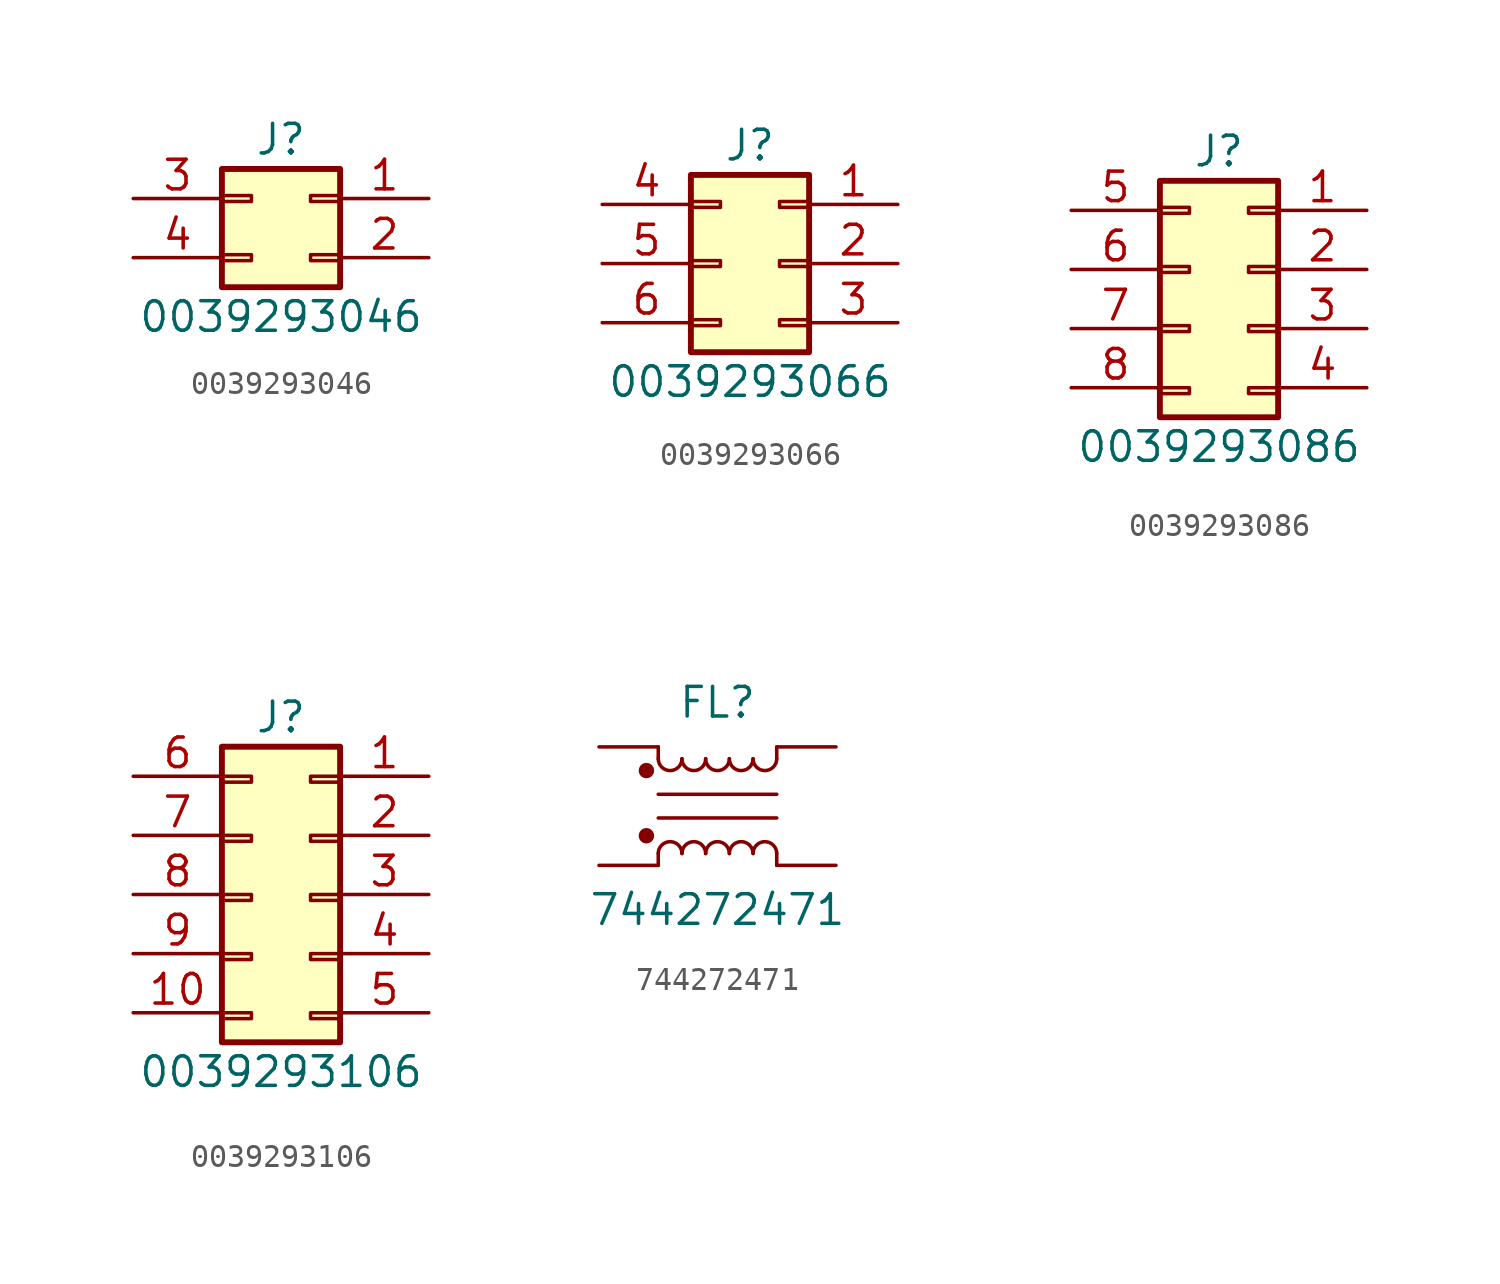
<source format=kicad_sym>
(kicad_symbol_lib
  (version 20210619)
  (generator kicad_symbol_editor)
  (symbol "custom:0039293046"
    (pin_names
      (offset 1.016) hide)
    (property "Reference" "J"
      (at 1.27 2.54 0)
      (effects (font (size 1.27 1.27))))
    (property "Value" "0039293046"
      (at 1.27 -5.08 0)
      (effects (font (size 1.27 1.27))))
    (symbol "0039293046_1_1"
      (rectangle (start -1.27 -2.413) (end 0 -2.667) (stroke (width 0.152)) (fill (type none)))
      (rectangle (start -1.27 0.127) (end 0 -0.127) (stroke (width 0.152)) (fill (type none)))
      (rectangle (start 3.81 -2.413) (end 2.54 -2.667) (stroke (width 0.152)) (fill (type none)))
      (rectangle (start 3.81 0.127) (end 2.54 -0.127) (stroke (width 0.152)) (fill (type none)))
      (rectangle (start 3.81 1.27) (end -1.27 -3.81) (stroke (width 0.254)) (fill (type background)))
      (pin passive line (at 7.62 0 180) (length 3.81) (name "Pin_1" (effects (font (size 1.27 1.27)))) (number "1" (effects (font (size 1.27 1.27)))))
      (pin passive line (at 7.62 -2.54 180) (length 3.81) (name "Pin_2" (effects (font (size 1.27 1.27)))) (number "2" (effects (font (size 1.27 1.27)))))
      (pin passive line (at -5.08 0 0) (length 3.81) (name "Pin_3" (effects (font (size 1.27 1.27)))) (number "3" (effects (font (size 1.27 1.27)))))
      (pin passive line (at -5.08 -2.54 0) (length 3.81) (name "Pin_4" (effects (font (size 1.27 1.27)))) (number "4" (effects (font (size 1.27 1.27)))))))
  (symbol "custom:0039293066"
    (pin_names
      (offset 1.016) hide)
    (property "Reference" "J"
      (at 1.27 5.08 0)
      (effects (font (size 1.27 1.27))))
    (property "Value" "0039293066"
      (at 1.27 -5.08 0)
      (effects (font (size 1.27 1.27))))
    (symbol "0039293066_1_1"
      (rectangle (start -1.27 -2.413) (end 0 -2.667) (stroke (width 0.152)) (fill (type none)))
      (rectangle (start -1.27 0.127) (end 0 -0.127) (stroke (width 0.152)) (fill (type none)))
      (rectangle (start -1.27 2.667) (end 0 2.413) (stroke (width 0.152)) (fill (type none)))
      (rectangle (start 3.81 -2.413) (end 2.54 -2.667) (stroke (width 0.152)) (fill (type none)))
      (rectangle (start 3.81 0.127) (end 2.54 -0.127) (stroke (width 0.152)) (fill (type none)))
      (rectangle (start 3.81 2.667) (end 2.54 2.413) (stroke (width 0.152)) (fill (type none)))
      (rectangle (start 3.81 3.81) (end -1.27 -3.81) (stroke (width 0.254)) (fill (type background)))
      (pin passive line (at 7.62 2.54 180) (length 3.81) (name "Pin_1" (effects (font (size 1.27 1.27)))) (number "1" (effects (font (size 1.27 1.27)))))
      (pin passive line (at 7.62 0 180) (length 3.81) (name "Pin_2" (effects (font (size 1.27 1.27)))) (number "2" (effects (font (size 1.27 1.27)))))
      (pin passive line (at 7.62 -2.54 180) (length 3.81) (name "Pin_3" (effects (font (size 1.27 1.27)))) (number "3" (effects (font (size 1.27 1.27)))))
      (pin passive line (at -5.08 2.54 0) (length 3.81) (name "Pin_4" (effects (font (size 1.27 1.27)))) (number "4" (effects (font (size 1.27 1.27)))))
      (pin passive line (at -5.08 0 0) (length 3.81) (name "Pin_5" (effects (font (size 1.27 1.27)))) (number "5" (effects (font (size 1.27 1.27)))))
      (pin passive line (at -5.08 -2.54 0) (length 3.81) (name "Pin_6" (effects (font (size 1.27 1.27)))) (number "6" (effects (font (size 1.27 1.27)))))))
  (symbol "custom:0039293086"
    (pin_names
      (offset 1.016) hide)
    (property "Reference" "J"
      (at 1.27 5.08 0)
      (effects (font (size 1.27 1.27))))
    (property "Value" "0039293086"
      (at 1.27 -7.62 0)
      (effects (font (size 1.27 1.27))))
    (symbol "0039293086_1_1"
      (rectangle (start -1.27 -5.08) (end 0 -5.334) (stroke (width 0.152)) (fill (type none)))
      (rectangle (start -1.27 -2.413) (end 0 -2.667) (stroke (width 0.152)) (fill (type none)))
      (rectangle (start -1.27 0.127) (end 0 -0.127) (stroke (width 0.152)) (fill (type none)))
      (rectangle (start -1.27 2.667) (end 0 2.413) (stroke (width 0.152)) (fill (type none)))
      (rectangle (start 3.81 -5.08) (end 2.54 -5.334) (stroke (width 0.152)) (fill (type none)))
      (rectangle (start 3.81 -2.413) (end 2.54 -2.667) (stroke (width 0.152)) (fill (type none)))
      (rectangle (start 3.81 0.127) (end 2.54 -0.127) (stroke (width 0.152)) (fill (type none)))
      (rectangle (start 3.81 2.667) (end 2.54 2.413) (stroke (width 0.152)) (fill (type none)))
      (rectangle (start -1.27 3.81) (end 3.81 -6.35) (stroke (width 0.254)) (fill (type background)))
      (pin passive line (at 7.62 2.54 180) (length 3.81) (name "Pin_1" (effects (font (size 1.27 1.27)))) (number "1" (effects (font (size 1.27 1.27)))))
      (pin passive line (at 7.62 0 180) (length 3.81) (name "Pin_2" (effects (font (size 1.27 1.27)))) (number "2" (effects (font (size 1.27 1.27)))))
      (pin passive line (at 7.62 -2.54 180) (length 3.81) (name "Pin_3" (effects (font (size 1.27 1.27)))) (number "3" (effects (font (size 1.27 1.27)))))
      (pin passive line (at 7.62 -5.08 180) (length 3.81) (name "Pin_4" (effects (font (size 1.27 1.27)))) (number "4" (effects (font (size 1.27 1.27)))))
      (pin passive line (at -5.08 2.54 0) (length 3.81) (name "Pin_5" (effects (font (size 1.27 1.27)))) (number "5" (effects (font (size 1.27 1.27)))))
      (pin passive line (at -5.08 0 0) (length 3.81) (name "Pin_6" (effects (font (size 1.27 1.27)))) (number "6" (effects (font (size 1.27 1.27)))))
      (pin passive line (at -5.08 -2.54 0) (length 3.81) (name "Pin_7" (effects (font (size 1.27 1.27)))) (number "7" (effects (font (size 1.27 1.27)))))
      (pin passive line (at -5.08 -5.08 0) (length 3.81) (name "Pin_8" (effects (font (size 1.27 1.27)))) (number "8" (effects (font (size 1.27 1.27)))))))
  (symbol "custom:0039293106"
    (pin_names
      (offset 1.016) hide)
    (property "Reference" "J"
      (at 0 7.62 0)
      (effects (font (size 1.27 1.27))))
    (property "Value" "0039293106"
      (at 0 -7.62 0)
      (effects (font (size 1.27 1.27))))
    (symbol "0039293106_1_1"
      (rectangle (start -2.54 -5.08) (end -1.27 -5.334) (stroke (width 0.152)) (fill (type none)))
      (rectangle (start -2.54 -2.54) (end -1.27 -2.794) (stroke (width 0.152)) (fill (type none)))
      (rectangle (start -2.54 0) (end -1.27 -0.254) (stroke (width 0.152)) (fill (type none)))
      (rectangle (start -2.54 2.54) (end -1.27 2.286) (stroke (width 0.152)) (fill (type none)))
      (rectangle (start -2.54 5.08) (end -1.27 4.826) (stroke (width 0.152)) (fill (type none)))
      (rectangle (start 1.27 -5.08) (end 2.54 -5.334) (stroke (width 0.152)) (fill (type none)))
      (rectangle (start 1.27 -2.54) (end 2.54 -2.794) (stroke (width 0.152)) (fill (type none)))
      (rectangle (start 1.27 0) (end 2.54 -0.254) (stroke (width 0.152)) (fill (type none)))
      (rectangle (start 1.27 2.54) (end 2.54 2.286) (stroke (width 0.152)) (fill (type none)))
      (rectangle (start 1.27 5.08) (end 2.54 4.826) (stroke (width 0.152)) (fill (type none)))
      (rectangle (start -2.54 6.35) (end 2.54 -6.35) (stroke (width 0.254)) (fill (type background)))
      (pin passive line (at 6.35 5.08 180) (length 3.81) (name "Pin_1" (effects (font (size 1.27 1.27)))) (number "1" (effects (font (size 1.27 1.27)))))
      (pin passive line (at -6.35 -5.08 0) (length 3.81) (name "Pin_10" (effects (font (size 1.27 1.27)))) (number "10" (effects (font (size 1.27 1.27)))))
      (pin passive line (at 6.35 2.54 180) (length 3.81) (name "Pin_2" (effects (font (size 1.27 1.27)))) (number "2" (effects (font (size 1.27 1.27)))))
      (pin passive line (at 6.35 0 180) (length 3.81) (name "Pin_3" (effects (font (size 1.27 1.27)))) (number "3" (effects (font (size 1.27 1.27)))))
      (pin passive line (at 6.35 -2.54 180) (length 3.81) (name "Pin_4" (effects (font (size 1.27 1.27)))) (number "4" (effects (font (size 1.27 1.27)))))
      (pin passive line (at 6.35 -5.08 180) (length 3.81) (name "Pin_5" (effects (font (size 1.27 1.27)))) (number "5" (effects (font (size 1.27 1.27)))))
      (pin passive line (at -6.35 5.08 0) (length 3.81) (name "Pin_6" (effects (font (size 1.27 1.27)))) (number "6" (effects (font (size 1.27 1.27)))))
      (pin passive line (at -6.35 2.54 0) (length 3.81) (name "Pin_7" (effects (font (size 1.27 1.27)))) (number "7" (effects (font (size 1.27 1.27)))))
      (pin passive line (at -6.35 0 0) (length 3.81) (name "Pin_8" (effects (font (size 1.27 1.27)))) (number "8" (effects (font (size 1.27 1.27)))))
      (pin passive line (at -6.35 -2.54 0) (length 3.81) (name "Pin_9" (effects (font (size 1.27 1.27)))) (number "9" (effects (font (size 1.27 1.27)))))))
  (symbol "custom:744272471"
    (pin_numbers hide)
    (pin_names
      (offset 0.254) hide)
    (property "Reference" "FL"
      (at 0 4.445 0)
      (effects (font (size 1.27 1.27))))
    (property "Value" "744272471"
      (at 0 -4.445 0)
      (effects (font (size 1.27 1.27))))
    (symbol "744272471_0_1"
      (arc (start -1.524 -2.032) (end -2.54 -2.032) (radius (at -2.032 -2.032) (length 0.508) (angles 0.1 179.9)) (stroke (width 0)) (fill (type none)))
      (arc (start -2.54 2.032) (end -1.524 2.032) (radius (at -2.032 2.032) (length 0.508) (angles -179.9 -0.1)) (stroke (width 0)) (fill (type none)))
      (arc (start -0.508 -2.032) (end -1.524 -2.032) (radius (at -1.016 -2.032) (length 0.508) (angles 0.1 179.9)) (stroke (width 0)) (fill (type none)))
      (arc (start -1.524 2.032) (end -0.508 2.032) (radius (at -1.016 2.032) (length 0.508) (angles -179.9 -0.1)) (stroke (width 0)) (fill (type none)))
      (arc (start 0.508 -2.032) (end -0.508 -2.032) (radius (at 0 -2.032) (length 0.508) (angles 0.1 179.9)) (stroke (width 0)) (fill (type none)))
      (arc (start -0.508 2.032) (end 0.508 2.032) (radius (at 0 2.032) (length 0.508) (angles -179.9 -0.1)) (stroke (width 0)) (fill (type none)))
      (arc (start 1.524 -2.032) (end 0.508 -2.032) (radius (at 1.016 -2.032) (length 0.508) (angles 0.1 179.9)) (stroke (width 0)) (fill (type none)))
      (arc (start 0.508 2.032) (end 1.524 2.032) (radius (at 1.016 2.032) (length 0.508) (angles -179.9 -0.1)) (stroke (width 0)) (fill (type none)))
      (arc (start 2.54 -2.032) (end 1.524 -2.032) (radius (at 2.032 -2.032) (length 0.508) (angles 0.1 179.9)) (stroke (width 0)) (fill (type none)))
      (arc (start 1.524 2.032) (end 2.54 2.032) (radius (at 2.032 2.032) (length 0.508) (angles -179.9 -0.1)) (stroke (width 0)) (fill (type none)))
      (circle (center -3.048 -1.27) (radius 0.254) (stroke (width 0)) (fill (type outline)))
      (circle (center -3.048 1.524) (radius 0.254) (stroke (width 0)) (fill (type outline)))
      (polyline (pts (xy -2.54 -2.032) (xy -2.54 -2.54)) (stroke (width 0)) (fill (type none)))
      (polyline (pts (xy -2.54 0.508) (xy 2.54 0.508)) (stroke (width 0)) (fill (type none)))
      (polyline (pts (xy -2.54 2.032) (xy -2.54 2.54)) (stroke (width 0)) (fill (type none)))
      (polyline (pts (xy 2.54 -2.032) (xy 2.54 -2.54)) (stroke (width 0)) (fill (type none)))
      (polyline (pts (xy 2.54 -0.508) (xy -2.54 -0.508)) (stroke (width 0)) (fill (type none)))
      (polyline (pts (xy 2.54 2.54) (xy 2.54 2.032)) (stroke (width 0)) (fill (type none))))
    (symbol "744272471_1_1"
      (pin passive line (at -5.08 2.54 0) (length 2.54) (name "1" (effects (font (size 1.27 1.27)))) (number "1" (effects (font (size 1.27 1.27)))))
      (pin passive line (at 5.08 2.54 180) (length 2.54) (name "2" (effects (font (size 1.27 1.27)))) (number "2" (effects (font (size 1.27 1.27)))))
      (pin passive line (at 5.08 -2.54 180) (length 2.54) (name "3" (effects (font (size 1.27 1.27)))) (number "3" (effects (font (size 1.27 1.27)))))
      (pin passive line (at -5.08 -2.54 0) (length 2.54) (name "4" (effects (font (size 1.27 1.27)))) (number "4" (effects (font (size 1.27 1.27))))))))
</source>
